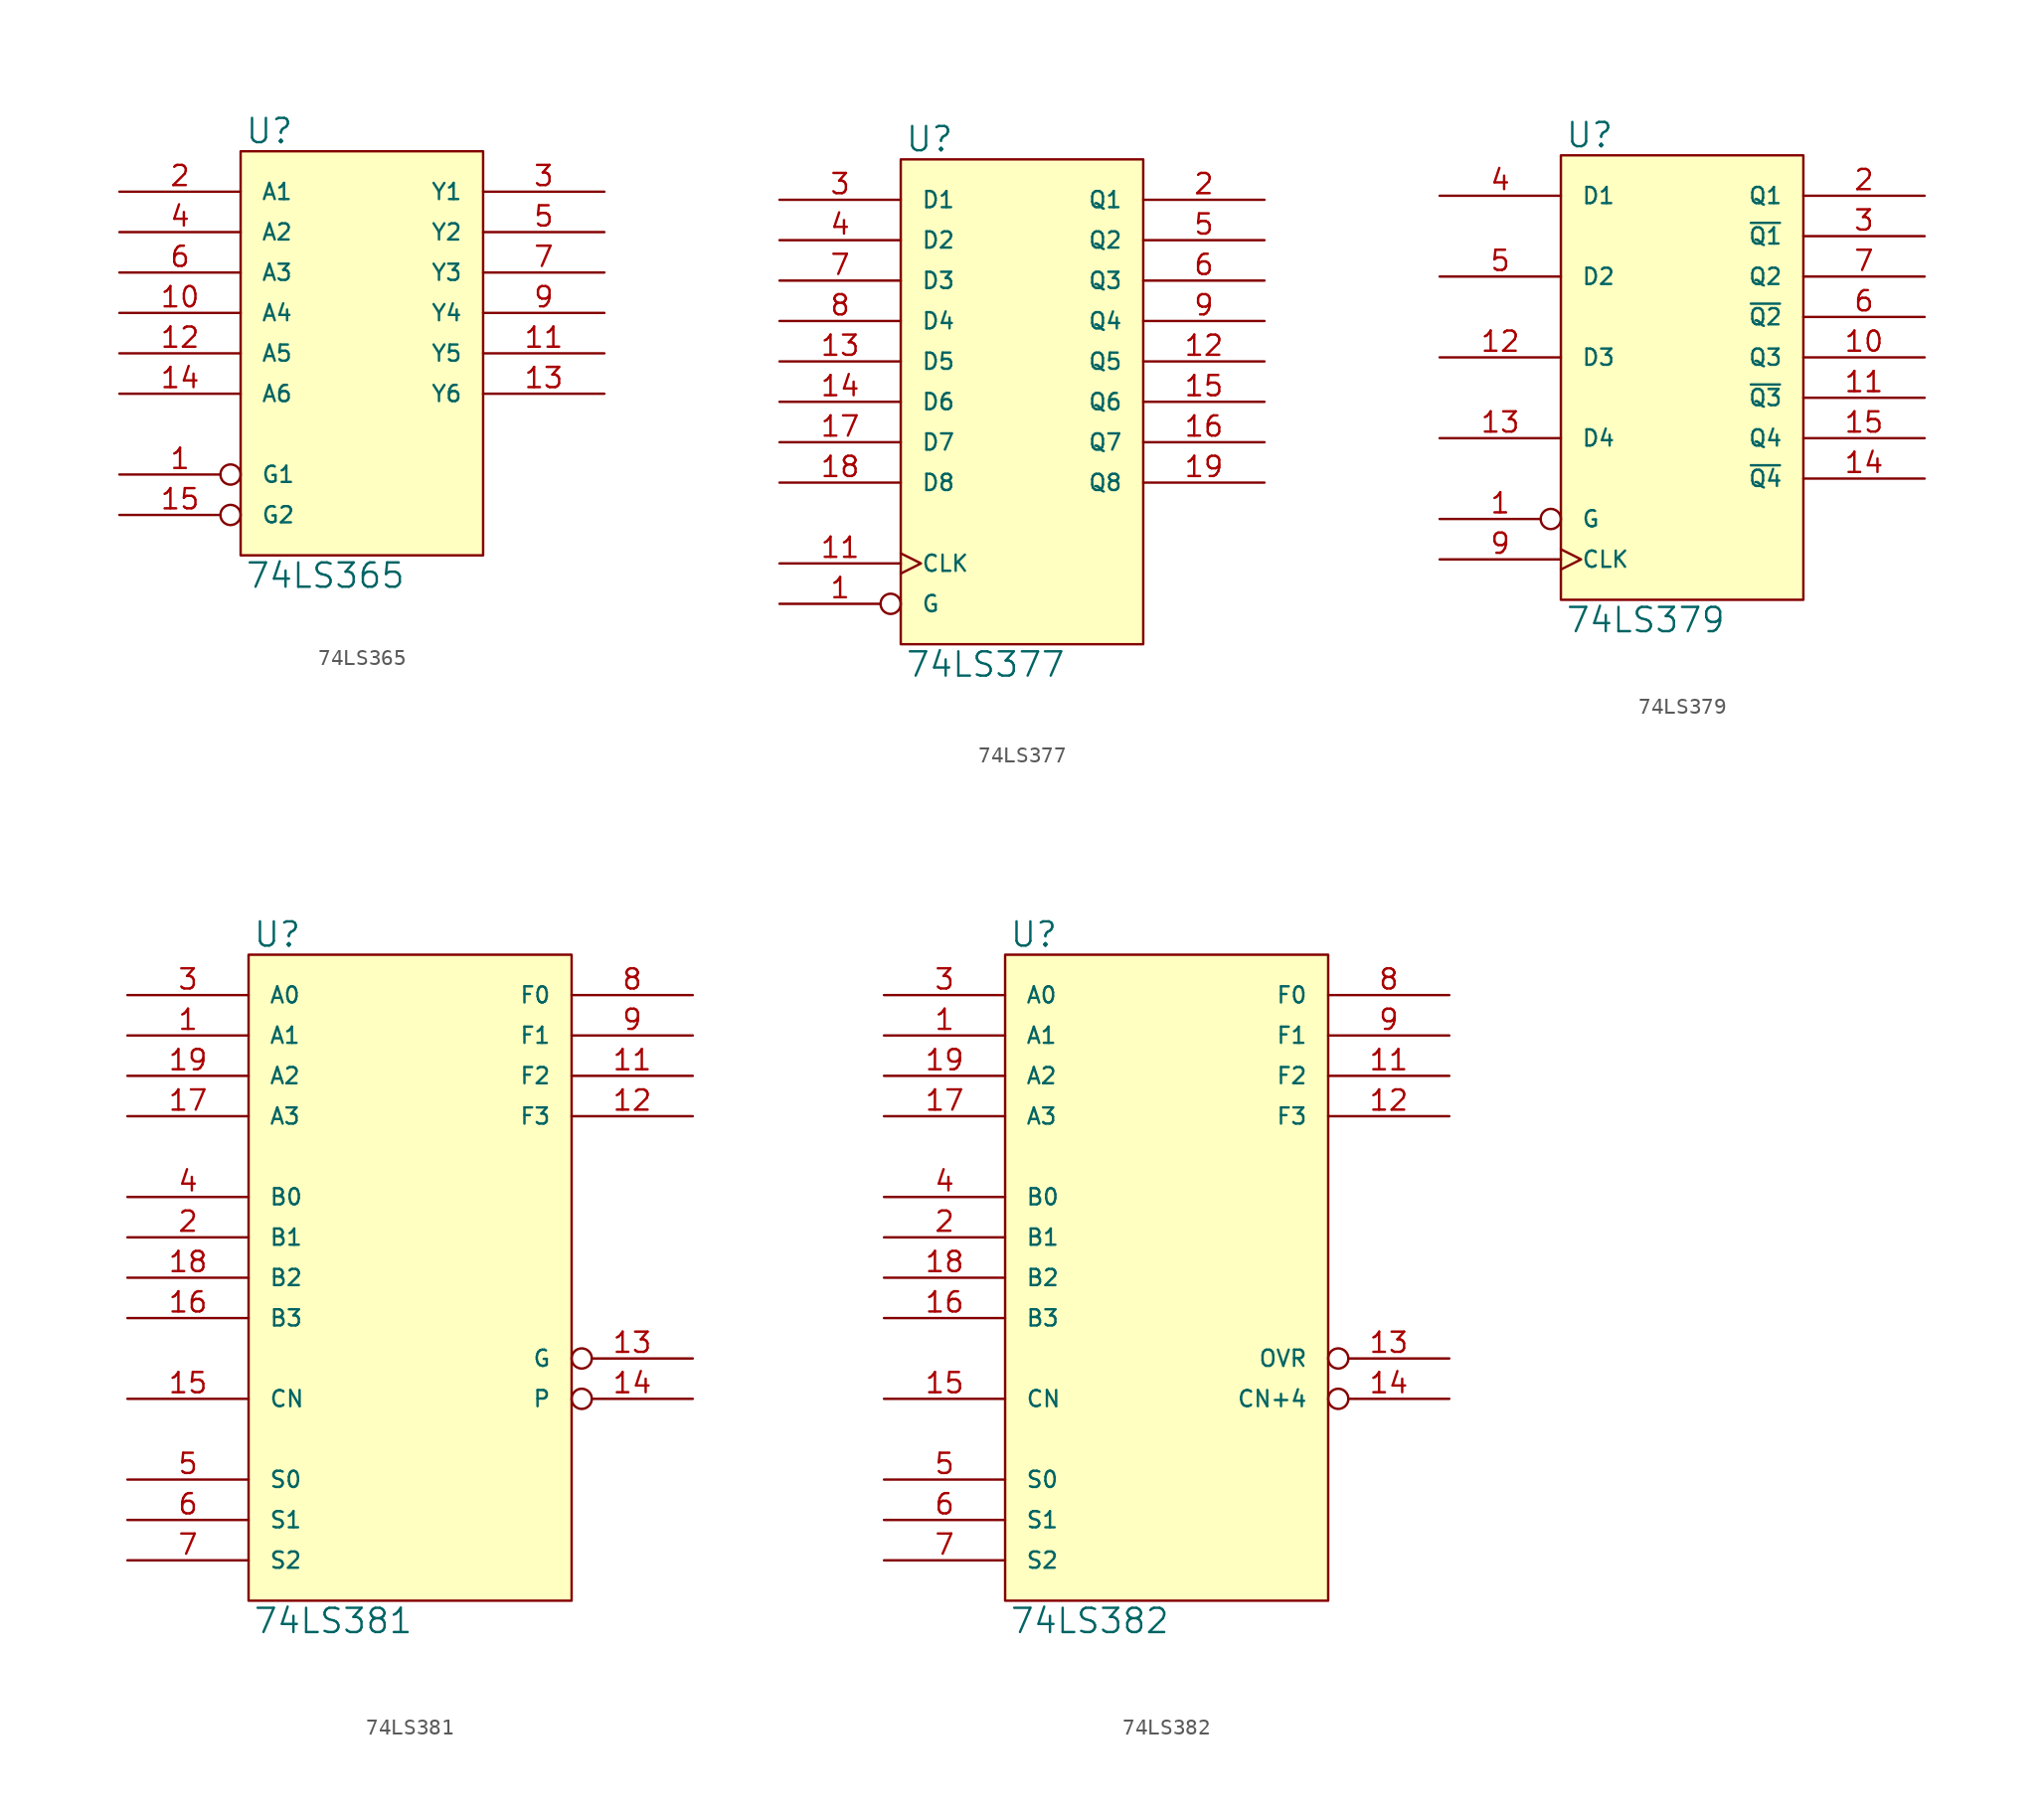
<source format=kicad_sym>
(kicad_symbol_lib
  (version 20231120)
  (generator "kicad_symbol_editor")
  (generator_version "8.0")
  (symbol "74LS365"
    (pin_names
      (offset 1.27))
    (property "Reference" "U"
      (at 0.254 0.381 0)
      (effects (font (size 1.524 1.524)) (justify left bottom)))
    (property "Value" "74LS365"
      (at 0.254 -25.781 0)
      (effects (font (size 1.524 1.524)) (justify left top)))
    (symbol "74LS365_0_1"
      (rectangle (start 0 0) (end 15.24 -25.4) (stroke (width 0) (type solid)) (fill (type background))))
    (symbol "74LS365_1_1"
      (pin input inverted (at -7.62 -20.32 0) (length 7.62) (name "G1" (effects (font (size 1.016 1.016)))) (number "1" (effects (font (size 1.27 1.27)))))
      (pin input line (at -7.62 -10.16 0) (length 7.62) (name "A4" (effects (font (size 1.016 1.016)))) (number "10" (effects (font (size 1.27 1.27)))))
      (pin tri_state line (at 22.86 -12.7 180) (length 7.62) (name "Y5" (effects (font (size 1.016 1.016)))) (number "11" (effects (font (size 1.27 1.27)))))
      (pin input line (at -7.62 -12.7 0) (length 7.62) (name "A5" (effects (font (size 1.016 1.016)))) (number "12" (effects (font (size 1.27 1.27)))))
      (pin tri_state line (at 22.86 -15.24 180) (length 7.62) (name "Y6" (effects (font (size 1.016 1.016)))) (number "13" (effects (font (size 1.27 1.27)))))
      (pin input line (at -7.62 -15.24 0) (length 7.62) (name "A6" (effects (font (size 1.016 1.016)))) (number "14" (effects (font (size 1.27 1.27)))))
      (pin input inverted (at -7.62 -22.86 0) (length 7.62) (name "G2" (effects (font (size 1.016 1.016)))) (number "15" (effects (font (size 1.27 1.27)))))
      (pin power_in line (at 0 0 270) (length 0) hide (name "VCC" (effects (font (size 1.016 1.016)))) (number "16" (effects (font (size 1.27 1.27)))))
      (pin input line (at -7.62 -2.54 0) (length 7.62) (name "A1" (effects (font (size 1.016 1.016)))) (number "2" (effects (font (size 1.27 1.27)))))
      (pin tri_state line (at 22.86 -2.54 180) (length 7.62) (name "Y1" (effects (font (size 1.016 1.016)))) (number "3" (effects (font (size 1.27 1.27)))))
      (pin input line (at -7.62 -5.08 0) (length 7.62) (name "A2" (effects (font (size 1.016 1.016)))) (number "4" (effects (font (size 1.27 1.27)))))
      (pin tri_state line (at 22.86 -5.08 180) (length 7.62) (name "Y2" (effects (font (size 1.016 1.016)))) (number "5" (effects (font (size 1.27 1.27)))))
      (pin input line (at -7.62 -7.62 0) (length 7.62) (name "A3" (effects (font (size 1.016 1.016)))) (number "6" (effects (font (size 1.27 1.27)))))
      (pin tri_state line (at 22.86 -7.62 180) (length 7.62) (name "Y3" (effects (font (size 1.016 1.016)))) (number "7" (effects (font (size 1.27 1.27)))))
      (pin power_in line (at 0 -25.4 90) (length 0) hide (name "GND" (effects (font (size 1.016 1.016)))) (number "8" (effects (font (size 1.27 1.27)))))
      (pin tri_state line (at 22.86 -10.16 180) (length 7.62) (name "Y4" (effects (font (size 1.016 1.016)))) (number "9" (effects (font (size 1.27 1.27)))))))
  (symbol "74LS377"
    (pin_names
      (offset 1.27))
    (property "Reference" "U"
      (at 0.254 0.381 0)
      (effects (font (size 1.524 1.524)) (justify left bottom)))
    (property "Value" "74LS377"
      (at 0.254 -30.861 0)
      (effects (font (size 1.524 1.524)) (justify left top)))
    (symbol "74LS377_0_1"
      (rectangle (start 0 0) (end 15.24 -30.48) (stroke (width 0) (type solid)) (fill (type background))))
    (symbol "74LS377_1_1"
      (pin input inverted (at -7.62 -27.94 0) (length 7.62) (name "G" (effects (font (size 1.016 1.016)))) (number "1" (effects (font (size 1.27 1.27)))))
      (pin power_in line (at 0 -30.48 90) (length 0) hide (name "GND" (effects (font (size 1.016 1.016)))) (number "10" (effects (font (size 1.27 1.27)))))
      (pin input clock (at -7.62 -25.4 0) (length 7.62) (name "CLK" (effects (font (size 1.016 1.016)))) (number "11" (effects (font (size 1.27 1.27)))))
      (pin output line (at 22.86 -12.7 180) (length 7.62) (name "Q5" (effects (font (size 1.016 1.016)))) (number "12" (effects (font (size 1.27 1.27)))))
      (pin input line (at -7.62 -12.7 0) (length 7.62) (name "D5" (effects (font (size 1.016 1.016)))) (number "13" (effects (font (size 1.27 1.27)))))
      (pin input line (at -7.62 -15.24 0) (length 7.62) (name "D6" (effects (font (size 1.016 1.016)))) (number "14" (effects (font (size 1.27 1.27)))))
      (pin output line (at 22.86 -15.24 180) (length 7.62) (name "Q6" (effects (font (size 1.016 1.016)))) (number "15" (effects (font (size 1.27 1.27)))))
      (pin output line (at 22.86 -17.78 180) (length 7.62) (name "Q7" (effects (font (size 1.016 1.016)))) (number "16" (effects (font (size 1.27 1.27)))))
      (pin input line (at -7.62 -17.78 0) (length 7.62) (name "D7" (effects (font (size 1.016 1.016)))) (number "17" (effects (font (size 1.27 1.27)))))
      (pin input line (at -7.62 -20.32 0) (length 7.62) (name "D8" (effects (font (size 1.016 1.016)))) (number "18" (effects (font (size 1.27 1.27)))))
      (pin output line (at 22.86 -20.32 180) (length 7.62) (name "Q8" (effects (font (size 1.016 1.016)))) (number "19" (effects (font (size 1.27 1.27)))))
      (pin output line (at 22.86 -2.54 180) (length 7.62) (name "Q1" (effects (font (size 1.016 1.016)))) (number "2" (effects (font (size 1.27 1.27)))))
      (pin power_in line (at 0 0 270) (length 0) hide (name "VCC" (effects (font (size 1.016 1.016)))) (number "20" (effects (font (size 1.27 1.27)))))
      (pin input line (at -7.62 -2.54 0) (length 7.62) (name "D1" (effects (font (size 1.016 1.016)))) (number "3" (effects (font (size 1.27 1.27)))))
      (pin input line (at -7.62 -5.08 0) (length 7.62) (name "D2" (effects (font (size 1.016 1.016)))) (number "4" (effects (font (size 1.27 1.27)))))
      (pin output line (at 22.86 -5.08 180) (length 7.62) (name "Q2" (effects (font (size 1.016 1.016)))) (number "5" (effects (font (size 1.27 1.27)))))
      (pin output line (at 22.86 -7.62 180) (length 7.62) (name "Q3" (effects (font (size 1.016 1.016)))) (number "6" (effects (font (size 1.27 1.27)))))
      (pin input line (at -7.62 -7.62 0) (length 7.62) (name "D3" (effects (font (size 1.016 1.016)))) (number "7" (effects (font (size 1.27 1.27)))))
      (pin input line (at -7.62 -10.16 0) (length 7.62) (name "D4" (effects (font (size 1.016 1.016)))) (number "8" (effects (font (size 1.27 1.27)))))
      (pin output line (at 22.86 -10.16 180) (length 7.62) (name "Q4" (effects (font (size 1.016 1.016)))) (number "9" (effects (font (size 1.27 1.27)))))))
  (symbol "74LS379"
    (pin_names
      (offset 1.27))
    (property "Reference" "U"
      (at 0.254 0.381 0)
      (effects (font (size 1.524 1.524)) (justify left bottom)))
    (property "Value" "74LS379"
      (at 0.254 -28.321 0)
      (effects (font (size 1.524 1.524)) (justify left top)))
    (symbol "74LS379_0_1"
      (rectangle (start 0 0) (end 15.24 -27.94) (stroke (width 0) (type solid)) (fill (type background))))
    (symbol "74LS379_1_1"
      (pin input inverted (at -7.62 -22.86 0) (length 7.62) (name "G" (effects (font (size 1.016 1.016)))) (number "1" (effects (font (size 1.27 1.27)))))
      (pin output line (at 22.86 -12.7 180) (length 7.62) (name "Q3" (effects (font (size 1.016 1.016)))) (number "10" (effects (font (size 1.27 1.27)))))
      (pin output line (at 22.86 -15.24 180) (length 7.62) (name "~{Q3}" (effects (font (size 1.016 1.016)))) (number "11" (effects (font (size 1.27 1.27)))))
      (pin input line (at -7.62 -12.7 0) (length 7.62) (name "D3" (effects (font (size 1.016 1.016)))) (number "12" (effects (font (size 1.27 1.27)))))
      (pin input line (at -7.62 -17.78 0) (length 7.62) (name "D4" (effects (font (size 1.016 1.016)))) (number "13" (effects (font (size 1.27 1.27)))))
      (pin output line (at 22.86 -20.32 180) (length 7.62) (name "~{Q4}" (effects (font (size 1.016 1.016)))) (number "14" (effects (font (size 1.27 1.27)))))
      (pin output line (at 22.86 -17.78 180) (length 7.62) (name "Q4" (effects (font (size 1.016 1.016)))) (number "15" (effects (font (size 1.27 1.27)))))
      (pin power_in line (at 0 0 270) (length 0) hide (name "VCC" (effects (font (size 1.016 1.016)))) (number "16" (effects (font (size 1.27 1.27)))))
      (pin output line (at 22.86 -2.54 180) (length 7.62) (name "Q1" (effects (font (size 1.016 1.016)))) (number "2" (effects (font (size 1.27 1.27)))))
      (pin output line (at 22.86 -5.08 180) (length 7.62) (name "~{Q1}" (effects (font (size 1.016 1.016)))) (number "3" (effects (font (size 1.27 1.27)))))
      (pin input line (at -7.62 -2.54 0) (length 7.62) (name "D1" (effects (font (size 1.016 1.016)))) (number "4" (effects (font (size 1.27 1.27)))))
      (pin input line (at -7.62 -7.62 0) (length 7.62) (name "D2" (effects (font (size 1.016 1.016)))) (number "5" (effects (font (size 1.27 1.27)))))
      (pin output line (at 22.86 -10.16 180) (length 7.62) (name "~{Q2}" (effects (font (size 1.016 1.016)))) (number "6" (effects (font (size 1.27 1.27)))))
      (pin output line (at 22.86 -7.62 180) (length 7.62) (name "Q2" (effects (font (size 1.016 1.016)))) (number "7" (effects (font (size 1.27 1.27)))))
      (pin power_in line (at 0 -27.94 90) (length 0) hide (name "GND" (effects (font (size 1.016 1.016)))) (number "8" (effects (font (size 1.27 1.27)))))
      (pin input clock (at -7.62 -25.4 0) (length 7.62) (name "CLK" (effects (font (size 1.016 1.016)))) (number "9" (effects (font (size 1.27 1.27)))))))
  (symbol "74LS381"
    (pin_names
      (offset 1.27))
    (property "Reference" "U"
      (at 0.254 0.381 0)
      (effects (font (size 1.524 1.524)) (justify left bottom)))
    (property "Value" "74LS381"
      (at 0.254 -41.021 0)
      (effects (font (size 1.524 1.524)) (justify left top)))
    (symbol "74LS381_0_1"
      (rectangle (start 0 0) (end 20.32 -40.64) (stroke (width 0) (type solid)) (fill (type background))))
    (symbol "74LS381_1_1"
      (pin input line (at -7.62 -5.08 0) (length 7.62) (name "A1" (effects (font (size 1.016 1.016)))) (number "1" (effects (font (size 1.27 1.27)))))
      (pin power_in line (at 0 -40.64 90) (length 0) hide (name "GND" (effects (font (size 1.016 1.016)))) (number "10" (effects (font (size 1.27 1.27)))))
      (pin output line (at 27.94 -7.62 180) (length 7.62) (name "F2" (effects (font (size 1.016 1.016)))) (number "11" (effects (font (size 1.27 1.27)))))
      (pin output line (at 27.94 -10.16 180) (length 7.62) (name "F3" (effects (font (size 1.016 1.016)))) (number "12" (effects (font (size 1.27 1.27)))))
      (pin output inverted (at 27.94 -25.4 180) (length 7.62) (name "G" (effects (font (size 1.016 1.016)))) (number "13" (effects (font (size 1.27 1.27)))))
      (pin output inverted (at 27.94 -27.94 180) (length 7.62) (name "P" (effects (font (size 1.016 1.016)))) (number "14" (effects (font (size 1.27 1.27)))))
      (pin input line (at -7.62 -27.94 0) (length 7.62) (name "CN" (effects (font (size 1.016 1.016)))) (number "15" (effects (font (size 1.27 1.27)))))
      (pin input line (at -7.62 -22.86 0) (length 7.62) (name "B3" (effects (font (size 1.016 1.016)))) (number "16" (effects (font (size 1.27 1.27)))))
      (pin input line (at -7.62 -10.16 0) (length 7.62) (name "A3" (effects (font (size 1.016 1.016)))) (number "17" (effects (font (size 1.27 1.27)))))
      (pin input line (at -7.62 -20.32 0) (length 7.62) (name "B2" (effects (font (size 1.016 1.016)))) (number "18" (effects (font (size 1.27 1.27)))))
      (pin input line (at -7.62 -7.62 0) (length 7.62) (name "A2" (effects (font (size 1.016 1.016)))) (number "19" (effects (font (size 1.27 1.27)))))
      (pin input line (at -7.62 -17.78 0) (length 7.62) (name "B1" (effects (font (size 1.016 1.016)))) (number "2" (effects (font (size 1.27 1.27)))))
      (pin power_in line (at 0 0 270) (length 0) hide (name "VCC" (effects (font (size 1.016 1.016)))) (number "20" (effects (font (size 1.27 1.27)))))
      (pin input line (at -7.62 -2.54 0) (length 7.62) (name "A0" (effects (font (size 1.016 1.016)))) (number "3" (effects (font (size 1.27 1.27)))))
      (pin input line (at -7.62 -15.24 0) (length 7.62) (name "B0" (effects (font (size 1.016 1.016)))) (number "4" (effects (font (size 1.27 1.27)))))
      (pin input line (at -7.62 -33.02 0) (length 7.62) (name "S0" (effects (font (size 1.016 1.016)))) (number "5" (effects (font (size 1.27 1.27)))))
      (pin input line (at -7.62 -35.56 0) (length 7.62) (name "S1" (effects (font (size 1.016 1.016)))) (number "6" (effects (font (size 1.27 1.27)))))
      (pin input line (at -7.62 -38.1 0) (length 7.62) (name "S2" (effects (font (size 1.016 1.016)))) (number "7" (effects (font (size 1.27 1.27)))))
      (pin output line (at 27.94 -2.54 180) (length 7.62) (name "F0" (effects (font (size 1.016 1.016)))) (number "8" (effects (font (size 1.27 1.27)))))
      (pin output line (at 27.94 -5.08 180) (length 7.62) (name "F1" (effects (font (size 1.016 1.016)))) (number "9" (effects (font (size 1.27 1.27)))))))
  (symbol "74LS382"
    (pin_names
      (offset 1.27))
    (property "Reference" "U"
      (at 0.254 0.381 0)
      (effects (font (size 1.524 1.524)) (justify left bottom)))
    (property "Value" "74LS382"
      (at 0.254 -41.021 0)
      (effects (font (size 1.524 1.524)) (justify left top)))
    (symbol "74LS382_0_1"
      (rectangle (start 0 0) (end 20.32 -40.64) (stroke (width 0) (type solid)) (fill (type background))))
    (symbol "74LS382_1_1"
      (pin input line (at -7.62 -5.08 0) (length 7.62) (name "A1" (effects (font (size 1.016 1.016)))) (number "1" (effects (font (size 1.27 1.27)))))
      (pin power_in line (at 0 -40.64 90) (length 0) hide (name "GND" (effects (font (size 1.016 1.016)))) (number "10" (effects (font (size 1.27 1.27)))))
      (pin output line (at 27.94 -7.62 180) (length 7.62) (name "F2" (effects (font (size 1.016 1.016)))) (number "11" (effects (font (size 1.27 1.27)))))
      (pin output line (at 27.94 -10.16 180) (length 7.62) (name "F3" (effects (font (size 1.016 1.016)))) (number "12" (effects (font (size 1.27 1.27)))))
      (pin output inverted (at 27.94 -25.4 180) (length 7.62) (name "OVR" (effects (font (size 1.016 1.016)))) (number "13" (effects (font (size 1.27 1.27)))))
      (pin output inverted (at 27.94 -27.94 180) (length 7.62) (name "CN+4" (effects (font (size 1.016 1.016)))) (number "14" (effects (font (size 1.27 1.27)))))
      (pin input line (at -7.62 -27.94 0) (length 7.62) (name "CN" (effects (font (size 1.016 1.016)))) (number "15" (effects (font (size 1.27 1.27)))))
      (pin input line (at -7.62 -22.86 0) (length 7.62) (name "B3" (effects (font (size 1.016 1.016)))) (number "16" (effects (font (size 1.27 1.27)))))
      (pin input line (at -7.62 -10.16 0) (length 7.62) (name "A3" (effects (font (size 1.016 1.016)))) (number "17" (effects (font (size 1.27 1.27)))))
      (pin input line (at -7.62 -20.32 0) (length 7.62) (name "B2" (effects (font (size 1.016 1.016)))) (number "18" (effects (font (size 1.27 1.27)))))
      (pin input line (at -7.62 -7.62 0) (length 7.62) (name "A2" (effects (font (size 1.016 1.016)))) (number "19" (effects (font (size 1.27 1.27)))))
      (pin input line (at -7.62 -17.78 0) (length 7.62) (name "B1" (effects (font (size 1.016 1.016)))) (number "2" (effects (font (size 1.27 1.27)))))
      (pin power_in line (at 0 0 270) (length 0) hide (name "VCC" (effects (font (size 1.016 1.016)))) (number "20" (effects (font (size 1.27 1.27)))))
      (pin input line (at -7.62 -2.54 0) (length 7.62) (name "A0" (effects (font (size 1.016 1.016)))) (number "3" (effects (font (size 1.27 1.27)))))
      (pin input line (at -7.62 -15.24 0) (length 7.62) (name "B0" (effects (font (size 1.016 1.016)))) (number "4" (effects (font (size 1.27 1.27)))))
      (pin input line (at -7.62 -33.02 0) (length 7.62) (name "S0" (effects (font (size 1.016 1.016)))) (number "5" (effects (font (size 1.27 1.27)))))
      (pin input line (at -7.62 -35.56 0) (length 7.62) (name "S1" (effects (font (size 1.016 1.016)))) (number "6" (effects (font (size 1.27 1.27)))))
      (pin input line (at -7.62 -38.1 0) (length 7.62) (name "S2" (effects (font (size 1.016 1.016)))) (number "7" (effects (font (size 1.27 1.27)))))
      (pin output line (at 27.94 -2.54 180) (length 7.62) (name "F0" (effects (font (size 1.016 1.016)))) (number "8" (effects (font (size 1.27 1.27)))))
      (pin output line (at 27.94 -5.08 180) (length 7.62) (name "F1" (effects (font (size 1.016 1.016)))) (number "9" (effects (font (size 1.27 1.27))))))))
</source>
